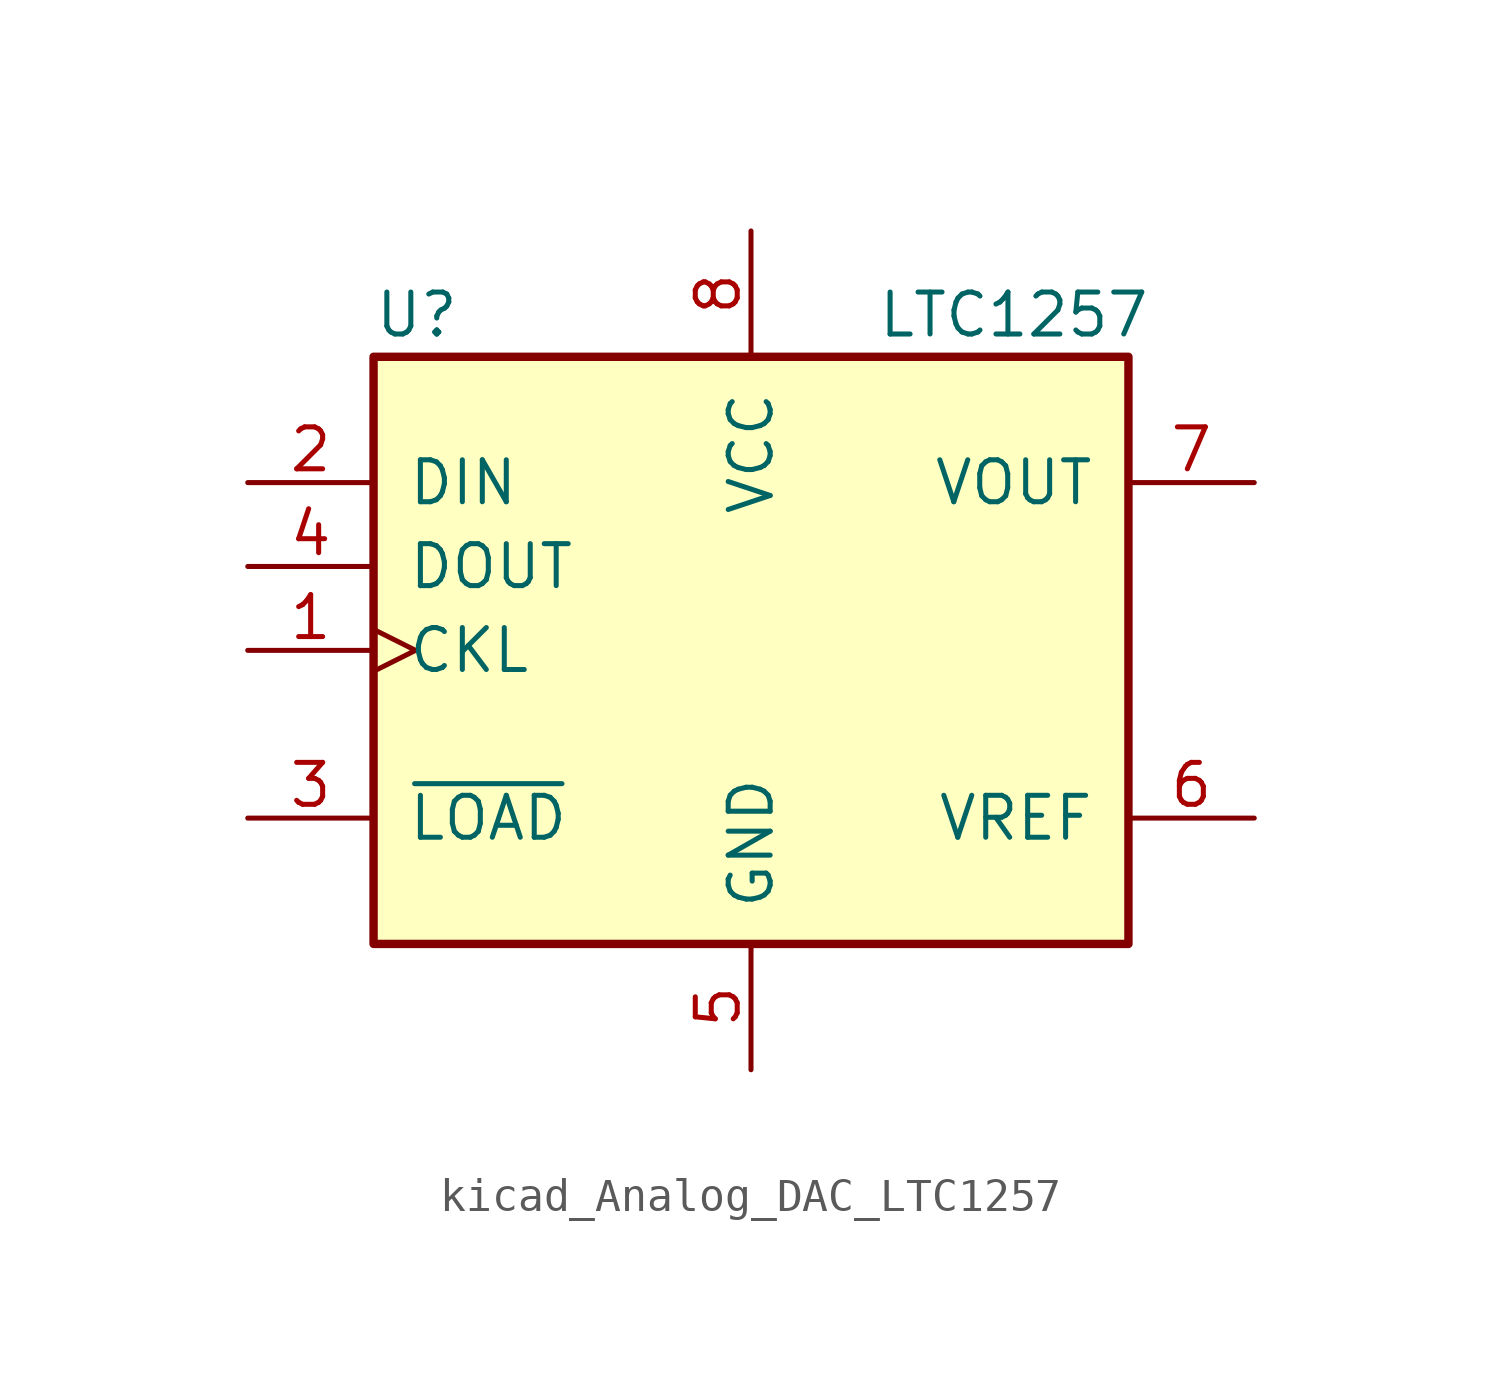
<source format=kicad_sym>
(kicad_symbol_lib
  (version 20220914)
  (generator kicad_symbol_editor)
  (symbol "kicad_Analog_DAC_LTC1257"
    (pin_names
      (offset 1.016))
    (property "Reference" "U"
      (at -11.43 10.16 0)
      (effects (font (size 1.27 1.27)) (justify left)))
    (property "Value" "LTC1257"
      (at 3.81 10.16 0)
      (effects (font (size 1.27 1.27)) (justify left)))
    (symbol "kicad_Analog_DAC_LTC1257_0_1"
      (rectangle (start -11.43 8.89) (end 11.43 -8.89) (stroke (width 0.254) (type default)) (fill (type background))))
    (symbol "kicad_Analog_DAC_LTC1257_1_1"
      (pin input clock (at -15.24 0 0) (length 3.81) (name "CKL" (effects (font (size 1.27 1.27)))) (number "1" (effects (font (size 1.27 1.27)))))
      (pin input line (at -15.24 5.08 0) (length 3.81) (name "DIN" (effects (font (size 1.27 1.27)))) (number "2" (effects (font (size 1.27 1.27)))))
      (pin input line (at -15.24 -5.08 0) (length 3.81) (name "~{LOAD}" (effects (font (size 1.27 1.27)))) (number "3" (effects (font (size 1.27 1.27)))))
      (pin output line (at -15.24 2.54 0) (length 3.81) (name "DOUT" (effects (font (size 1.27 1.27)))) (number "4" (effects (font (size 1.27 1.27)))))
      (pin power_in line (at 0 -12.7 90) (length 3.81) (name "GND" (effects (font (size 1.27 1.27)))) (number "5" (effects (font (size 1.27 1.27)))))
      (pin bidirectional line (at 15.24 -5.08 180) (length 3.81) (name "VREF" (effects (font (size 1.27 1.27)))) (number "6" (effects (font (size 1.27 1.27)))))
      (pin output line (at 15.24 5.08 180) (length 3.81) (name "VOUT" (effects (font (size 1.27 1.27)))) (number "7" (effects (font (size 1.27 1.27)))))
      (pin power_in line (at 0 12.7 270) (length 3.81) (name "VCC" (effects (font (size 1.27 1.27)))) (number "8" (effects (font (size 1.27 1.27))))))))
</source>
